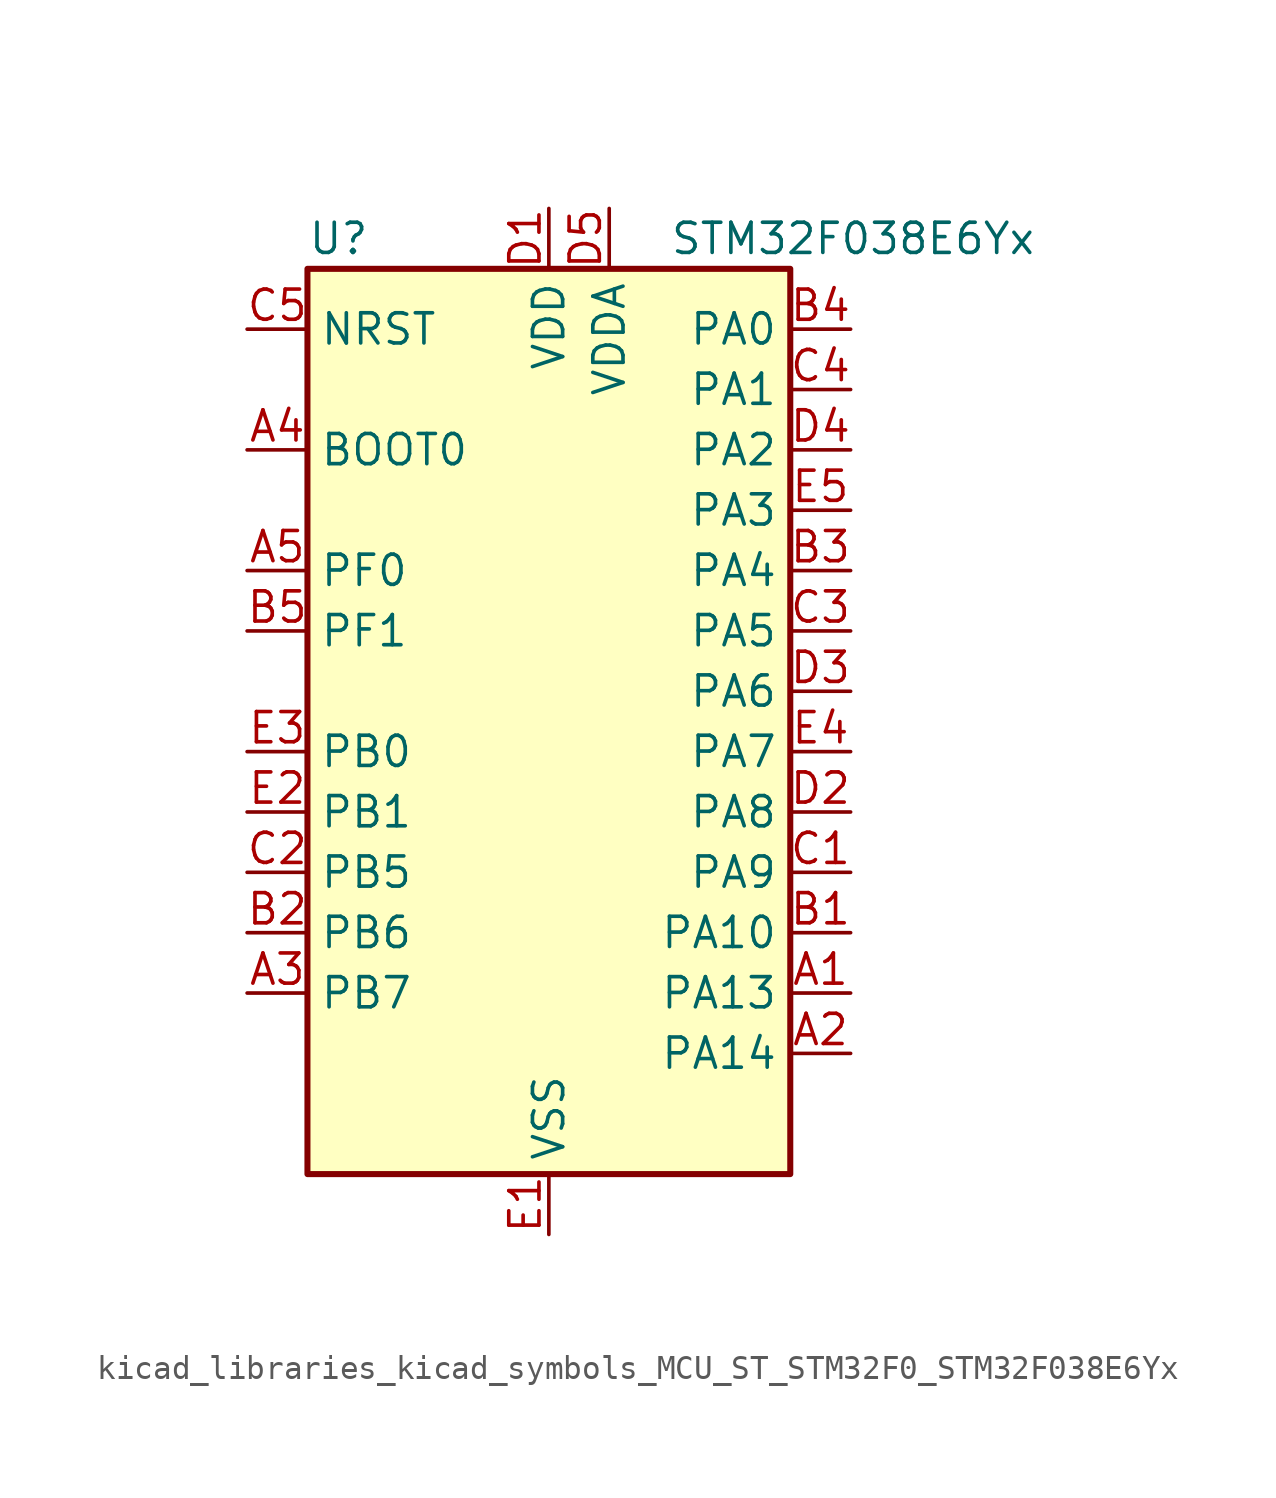
<source format=kicad_sym>
(kicad_symbol_lib
  (version 20220914)
  (generator kicad_symbol_editor)
  (symbol "kicad_libraries_kicad_symbols_MCU_ST_STM32F0_STM32F038E6Yx"
    (property "Reference" "U"
      (at -10.16 21.59 0)
      (effects (font (size 1.27 1.27)) (justify left)))
    (property "Value" "STM32F038E6Yx"
      (at 5.08 21.59 0)
      (effects (font (size 1.27 1.27)) (justify left)))
    (property "ki_locked" ""
      (at 0 0 0)
      (effects (font (size 1.27 1.27))))
    (symbol "kicad_libraries_kicad_symbols_MCU_ST_STM32F0_STM32F038E6Yx_0_1"
      (rectangle (start -10.16 -17.78) (end 10.16 20.32) (stroke (width 0.254) (type default)) (fill (type background))))
    (symbol "kicad_libraries_kicad_symbols_MCU_ST_STM32F0_STM32F038E6Yx_1_1"
      (pin bidirectional line (at 12.7 -10.16 180) (length 2.54) (name "PA13" (effects (font (size 1.27 1.27)))) (number "A1" (effects (font (size 1.27 1.27)))) (alternate "IR_OUT" bidirectional line) (alternate "SYS_SWDIO" bidirectional line))
      (pin bidirectional line (at 12.7 -12.7 180) (length 2.54) (name "PA14" (effects (font (size 1.27 1.27)))) (number "A2" (effects (font (size 1.27 1.27)))) (alternate "SYS_SWCLK" bidirectional line) (alternate "USART1_TX" bidirectional line))
      (pin bidirectional line (at -12.7 -10.16 0) (length 2.54) (name "PB7" (effects (font (size 1.27 1.27)))) (number "A3" (effects (font (size 1.27 1.27)))) (alternate "I2C1_SDA" bidirectional line) (alternate "TIM17_CH1N" bidirectional line) (alternate "USART1_RX" bidirectional line))
      (pin input line (at -12.7 12.7 0) (length 2.54) (name "BOOT0" (effects (font (size 1.27 1.27)))) (number "A4" (effects (font (size 1.27 1.27)))))
      (pin bidirectional line (at -12.7 7.62 0) (length 2.54) (name "PF0" (effects (font (size 1.27 1.27)))) (number "A5" (effects (font (size 1.27 1.27)))) (alternate "RCC_OSC_IN" bidirectional line))
      (pin bidirectional line (at 12.7 -7.62 180) (length 2.54) (name "PA10" (effects (font (size 1.27 1.27)))) (number "B1" (effects (font (size 1.27 1.27)))) (alternate "I2C1_SDA" bidirectional line) (alternate "TIM17_BKIN" bidirectional line) (alternate "TIM1_CH3" bidirectional line) (alternate "USART1_RX" bidirectional line))
      (pin bidirectional line (at -12.7 -7.62 0) (length 2.54) (name "PB6" (effects (font (size 1.27 1.27)))) (number "B2" (effects (font (size 1.27 1.27)))) (alternate "I2C1_SCL" bidirectional line) (alternate "TIM16_CH1N" bidirectional line) (alternate "USART1_TX" bidirectional line))
      (pin bidirectional line (at 12.7 7.62 180) (length 2.54) (name "PA4" (effects (font (size 1.27 1.27)))) (number "B3" (effects (font (size 1.27 1.27)))) (alternate "ADC_IN4" bidirectional line) (alternate "I2S1_WS" bidirectional line) (alternate "SPI1_NSS" bidirectional line) (alternate "TIM14_CH1" bidirectional line) (alternate "USART1_CK" bidirectional line))
      (pin bidirectional line (at 12.7 17.78 180) (length 2.54) (name "PA0" (effects (font (size 1.27 1.27)))) (number "B4" (effects (font (size 1.27 1.27)))) (alternate "ADC_IN0" bidirectional line) (alternate "RTC_TAMP2" bidirectional line) (alternate "SYS_WKUP1" bidirectional line) (alternate "TIM2_CH1" bidirectional line) (alternate "TIM2_ETR" bidirectional line) (alternate "USART1_CTS" bidirectional line))
      (pin bidirectional line (at -12.7 5.08 0) (length 2.54) (name "PF1" (effects (font (size 1.27 1.27)))) (number "B5" (effects (font (size 1.27 1.27)))) (alternate "RCC_OSC_OUT" bidirectional line))
      (pin bidirectional line (at 12.7 -5.08 180) (length 2.54) (name "PA9" (effects (font (size 1.27 1.27)))) (number "C1" (effects (font (size 1.27 1.27)))) (alternate "I2C1_SCL" bidirectional line) (alternate "TIM1_CH2" bidirectional line) (alternate "USART1_TX" bidirectional line))
      (pin bidirectional line (at -12.7 -5.08 0) (length 2.54) (name "PB5" (effects (font (size 1.27 1.27)))) (number "C2" (effects (font (size 1.27 1.27)))) (alternate "I2C1_SMBA" bidirectional line) (alternate "I2S1_SD" bidirectional line) (alternate "SPI1_MOSI" bidirectional line) (alternate "TIM16_BKIN" bidirectional line) (alternate "TIM3_CH2" bidirectional line))
      (pin bidirectional line (at 12.7 5.08 180) (length 2.54) (name "PA5" (effects (font (size 1.27 1.27)))) (number "C3" (effects (font (size 1.27 1.27)))) (alternate "ADC_IN5" bidirectional line) (alternate "I2S1_CK" bidirectional line) (alternate "SPI1_SCK" bidirectional line) (alternate "TIM2_CH1" bidirectional line) (alternate "TIM2_ETR" bidirectional line))
      (pin bidirectional line (at 12.7 15.24 180) (length 2.54) (name "PA1" (effects (font (size 1.27 1.27)))) (number "C4" (effects (font (size 1.27 1.27)))) (alternate "ADC_IN1" bidirectional line) (alternate "TIM2_CH2" bidirectional line) (alternate "USART1_DE" bidirectional line) (alternate "USART1_RTS" bidirectional line))
      (pin input line (at -12.7 17.78 0) (length 2.54) (name "NRST" (effects (font (size 1.27 1.27)))) (number "C5" (effects (font (size 1.27 1.27)))))
      (pin power_in line (at 0 22.86 270) (length 2.54) (name "VDD" (effects (font (size 1.27 1.27)))) (number "D1" (effects (font (size 1.27 1.27)))))
      (pin bidirectional line (at 12.7 -2.54 180) (length 2.54) (name "PA8" (effects (font (size 1.27 1.27)))) (number "D2" (effects (font (size 1.27 1.27)))) (alternate "RCC_MCO" bidirectional line) (alternate "TIM1_CH1" bidirectional line) (alternate "USART1_CK" bidirectional line))
      (pin bidirectional line (at 12.7 2.54 180) (length 2.54) (name "PA6" (effects (font (size 1.27 1.27)))) (number "D3" (effects (font (size 1.27 1.27)))) (alternate "ADC_IN6" bidirectional line) (alternate "I2S1_MCK" bidirectional line) (alternate "SPI1_MISO" bidirectional line) (alternate "TIM16_CH1" bidirectional line) (alternate "TIM1_BKIN" bidirectional line) (alternate "TIM3_CH1" bidirectional line))
      (pin bidirectional line (at 12.7 12.7 180) (length 2.54) (name "PA2" (effects (font (size 1.27 1.27)))) (number "D4" (effects (font (size 1.27 1.27)))) (alternate "ADC_IN2" bidirectional line) (alternate "TIM2_CH3" bidirectional line) (alternate "USART1_TX" bidirectional line))
      (pin power_in line (at 2.54 22.86 270) (length 2.54) (name "VDDA" (effects (font (size 1.27 1.27)))) (number "D5" (effects (font (size 1.27 1.27)))))
      (pin power_in line (at 0 -20.32 90) (length 2.54) (name "VSS" (effects (font (size 1.27 1.27)))) (number "E1" (effects (font (size 1.27 1.27)))))
      (pin bidirectional line (at -12.7 -2.54 0) (length 2.54) (name "PB1" (effects (font (size 1.27 1.27)))) (number "E2" (effects (font (size 1.27 1.27)))) (alternate "ADC_IN9" bidirectional line) (alternate "TIM14_CH1" bidirectional line) (alternate "TIM1_CH3N" bidirectional line) (alternate "TIM3_CH4" bidirectional line))
      (pin bidirectional line (at -12.7 0 0) (length 2.54) (name "PB0" (effects (font (size 1.27 1.27)))) (number "E3" (effects (font (size 1.27 1.27)))) (alternate "ADC_IN8" bidirectional line) (alternate "TIM1_CH2N" bidirectional line) (alternate "TIM3_CH3" bidirectional line))
      (pin bidirectional line (at 12.7 0 180) (length 2.54) (name "PA7" (effects (font (size 1.27 1.27)))) (number "E4" (effects (font (size 1.27 1.27)))) (alternate "ADC_IN7" bidirectional line) (alternate "I2S1_SD" bidirectional line) (alternate "SPI1_MOSI" bidirectional line) (alternate "TIM14_CH1" bidirectional line) (alternate "TIM17_CH1" bidirectional line) (alternate "TIM1_CH1N" bidirectional line) (alternate "TIM3_CH2" bidirectional line))
      (pin bidirectional line (at 12.7 10.16 180) (length 2.54) (name "PA3" (effects (font (size 1.27 1.27)))) (number "E5" (effects (font (size 1.27 1.27)))) (alternate "ADC_IN3" bidirectional line) (alternate "TIM2_CH4" bidirectional line) (alternate "USART1_RX" bidirectional line)))))
</source>
